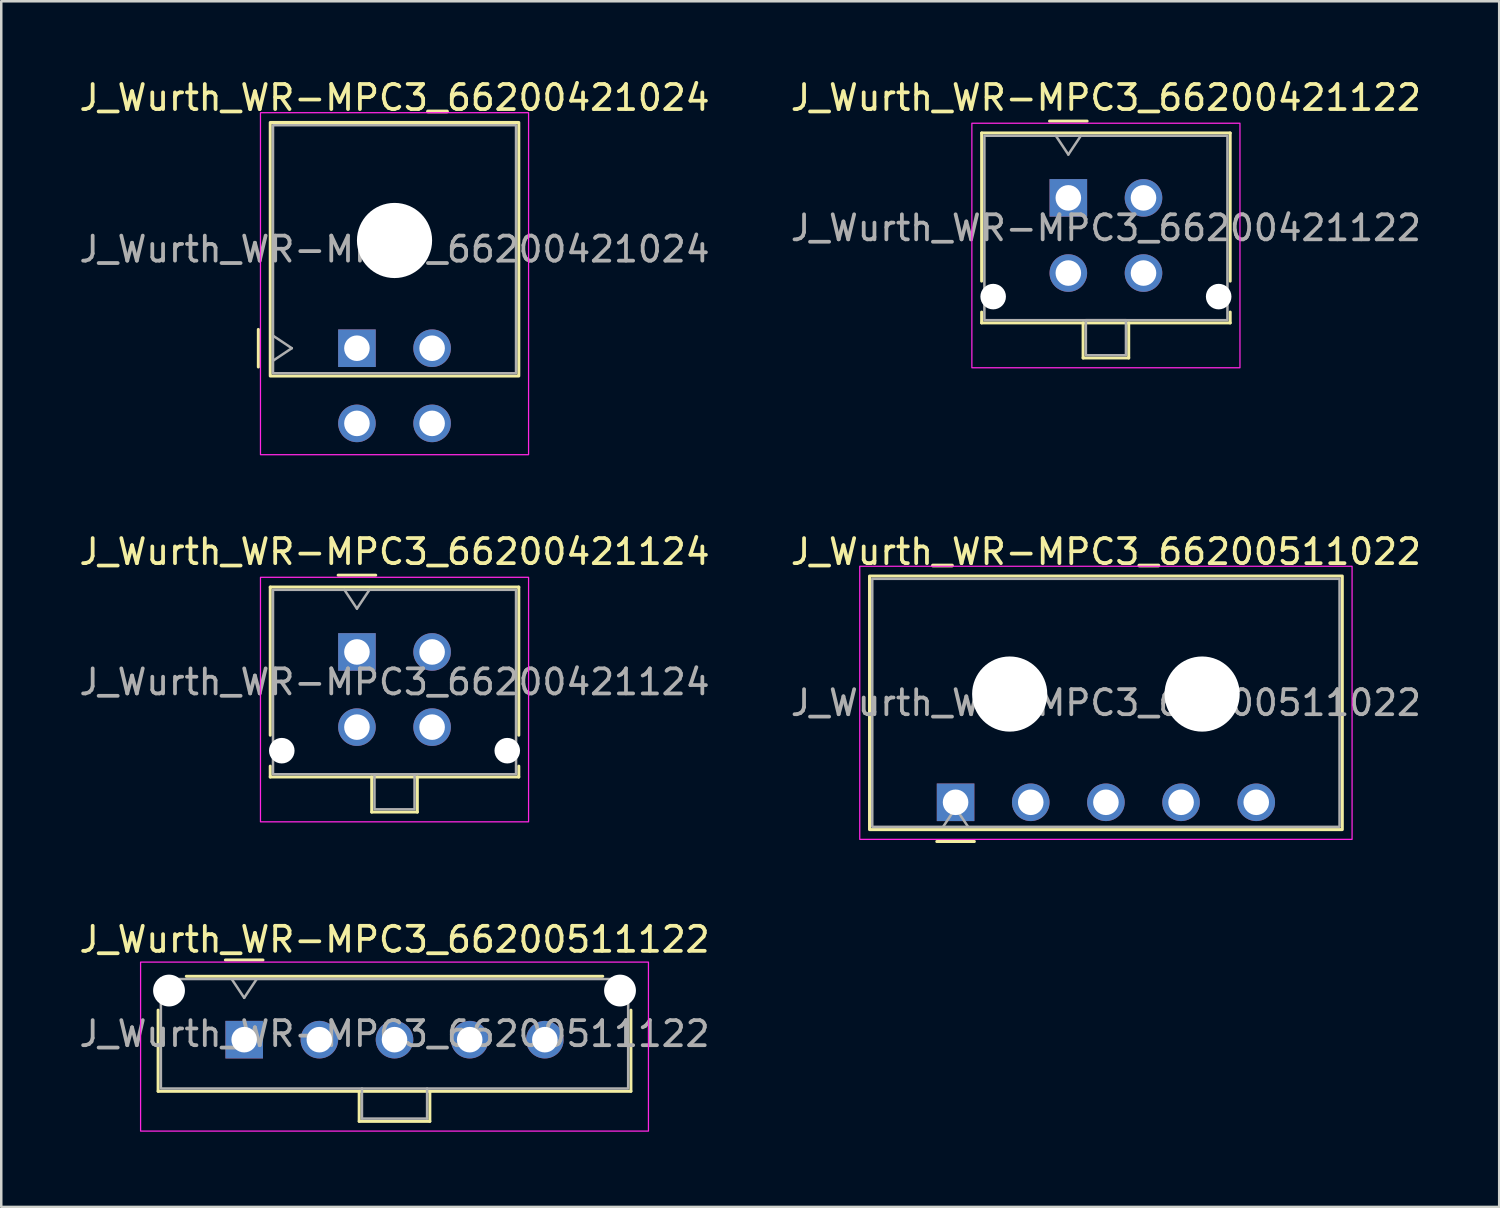
<source format=kicad_pcb>
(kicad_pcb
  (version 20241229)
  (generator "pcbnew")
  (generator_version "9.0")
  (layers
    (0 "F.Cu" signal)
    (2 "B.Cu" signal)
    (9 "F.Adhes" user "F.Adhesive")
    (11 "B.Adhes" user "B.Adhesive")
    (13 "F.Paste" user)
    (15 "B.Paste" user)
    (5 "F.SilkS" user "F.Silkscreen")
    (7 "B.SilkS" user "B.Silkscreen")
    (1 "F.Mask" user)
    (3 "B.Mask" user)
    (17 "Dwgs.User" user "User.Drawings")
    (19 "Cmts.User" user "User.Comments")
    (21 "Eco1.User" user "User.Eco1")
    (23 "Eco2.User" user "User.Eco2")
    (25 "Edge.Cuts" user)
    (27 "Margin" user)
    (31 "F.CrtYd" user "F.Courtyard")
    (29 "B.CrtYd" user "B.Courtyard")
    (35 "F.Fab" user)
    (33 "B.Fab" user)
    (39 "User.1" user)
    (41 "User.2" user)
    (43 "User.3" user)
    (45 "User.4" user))
  (footprint "J_Wurth_WR-MPC3_66200511022"
    (layer "F.Cu")
    (at 35.089 28.971)
    (property "Reference" "J_Wurth_WR-MPC3_66200511022" (at 6 -10 0) (unlocked yes) (layer "F.SilkS") (effects (font (size 1 1) (thickness 0.15))))
    (attr through_hole)
    (fp_line (start -0.75 1.565) (end 0.75 1.565) (stroke (width 0.12) (type solid)) (layer "F.SilkS"))
    (fp_rect (start -3.435 -9.03) (end 15.435 1.09) (stroke (width 0.12) (type solid)) (fill no) (layer "F.SilkS"))
    (fp_rect (start -3.825 -9.42) (end 15.825 1.48) (stroke (width 0.05) (type solid)) (fill no) (layer "F.CrtYd"))
    (fp_line (start 0 0.23) (end -0.5 0.98) (stroke (width 0.1) (type solid)) (layer "F.Fab"))
    (fp_line (start 0 0.23) (end 0.5 0.98) (stroke (width 0.1) (type solid)) (layer "F.Fab"))
    (fp_rect (start -3.325 -8.92) (end 15.325 0.98) (stroke (width 0.1) (type solid)) (fill no) (layer "F.Fab"))
    (fp_text user "${REFERENCE}" (at 6 -3.97 0) (unlocked yes) (layer "F.Fab") (effects (font (size 1 1) (thickness 0.15))))
    (pad "" np_thru_hole circle (at 2.16 -4.32 180) (size 3 3) (drill 3) (layers "*.Cu" "*.Mask"))
    (pad "" np_thru_hole circle (at 9.84 -4.32 180) (size 3 3) (drill 3) (layers "*.Cu" "*.Mask"))
    (pad "1" thru_hole rect (at 0 0 180) (size 1.5 1.5) (drill 1.02) (layers "*.Cu" "*.Mask"))
    (pad "2" thru_hole circle (at 3 0 180) (size 1.5 1.5) (drill 1.02) (layers "*.Cu" "*.Mask"))
    (pad "3" thru_hole circle (at 6 0 180) (size 1.5 1.5) (drill 1.02) (layers "*.Cu" "*.Mask"))
    (pad "4" thru_hole circle (at 9 0 180) (size 1.5 1.5) (drill 1.02) (layers "*.Cu" "*.Mask"))
    (pad "5" thru_hole circle (at 12 0 180) (size 1.5 1.5) (drill 1.02) (layers "*.Cu" "*.Mask")))
  (footprint "J_Wurth_WR-MPC3_66200421124"
    (layer "F.Cu")
    (at 11.196 22.971)
    (property "Reference" "J_Wurth_WR-MPC3_66200421124" (at 1.5 -4 0) (unlocked yes) (layer "F.SilkS") (effects (font (size 1 1) (thickness 0.15))))
    (attr through_hole)
    (fp_line (start -3.46 -2.59) (end -3.46 3.323) (stroke (width 0.12) (type default)) (layer "F.SilkS"))
    (fp_line (start -3.46 -2.59) (end 6.46 -2.59) (stroke (width 0.12) (type default)) (layer "F.SilkS"))
    (fp_line (start -3.46 4.99) (end -3.46 4.557) (stroke (width 0.12) (type default)) (layer "F.SilkS"))
    (fp_line (start -0.75 -3.065) (end 0.75 -3.065) (stroke (width 0.12) (type solid)) (layer "F.SilkS"))
    (fp_line (start 0.59 6.39) (end 0.59 4.99) (stroke (width 0.12) (type default)) (layer "F.SilkS"))
    (fp_line (start 2.41 4.99) (end 2.41 6.39) (stroke (width 0.12) (type default)) (layer "F.SilkS"))
    (fp_line (start 2.41 6.39) (end 0.59 6.39) (stroke (width 0.12) (type default)) (layer "F.SilkS"))
    (fp_line (start 6.46 -2.59) (end 6.46 3.323) (stroke (width 0.12) (type default)) (layer "F.SilkS"))
    (fp_line (start 6.46 4.99) (end -3.46 4.99) (stroke (width 0.12) (type default)) (layer "F.SilkS"))
    (fp_line (start 6.46 4.99) (end 6.46 4.557) (stroke (width 0.12) (type default)) (layer "F.SilkS"))
    (fp_rect (start -3.85 -2.98) (end 6.85 6.78) (stroke (width 0.05) (type solid)) (fill no) (layer "F.CrtYd"))
    (fp_line (start 0 -1.73) (end -0.5 -2.48) (stroke (width 0.1) (type solid)) (layer "F.Fab"))
    (fp_line (start 0 -1.73) (end 0.5 -2.48) (stroke (width 0.1) (type solid)) (layer "F.Fab"))
    (fp_rect (start -3.35 -2.48) (end 6.35 4.88) (stroke (width 0.1) (type solid)) (fill no) (layer "F.Fab"))
    (fp_rect (start 0.7 4.88) (end 2.3 6.28) (stroke (width 0.1) (type solid)) (fill no) (layer "F.Fab"))
    (fp_text user "${REFERENCE}" (at 1.5 1.2 0) (unlocked yes) (layer "F.Fab") (effects (font (size 1 1) (thickness 0.15))))
    (pad "" np_thru_hole circle (at -3 3.94 180) (size 1.02 1.02) (drill 1.02) (layers "*.Cu" "*.Mask"))
    (pad "" np_thru_hole circle (at 6 3.94 180) (size 1.02 1.02) (drill 1.02) (layers "*.Cu" "*.Mask"))
    (pad "1" thru_hole rect (at 0 0 180) (size 1.5 1.5) (drill 1.02) (layers "*.Cu" "*.Mask"))
    (pad "2" thru_hole circle (at 3 0 180) (size 1.5 1.5) (drill 1.02) (layers "*.Cu" "*.Mask"))
    (pad "3" thru_hole circle (at 0 3 180) (size 1.5 1.5) (drill 1.02) (layers "*.Cu" "*.Mask"))
    (pad "4" thru_hole circle (at 3 3 180) (size 1.5 1.5) (drill 1.02) (layers "*.Cu" "*.Mask")))
  (footprint "J_Wurth_WR-MPC3_66200511122"
    (layer "F.Cu")
    (at 6.696 38.445)
    (property "Reference" "J_Wurth_WR-MPC3_66200511122" (at 6 -4 0) (unlocked yes) (layer "F.SilkS") (effects (font (size 1 1) (thickness 0.15))))
    (attr through_hole)
    (fp_line (start -3.435 2.06) (end -3.435 -1.178) (stroke (width 0.12) (type default)) (layer "F.SilkS"))
    (fp_line (start -2.31 -2.53) (end 14.31 -2.53) (stroke (width 0.12) (type solid)) (layer "F.SilkS"))
    (fp_line (start -0.75 -3.18) (end 0.75 -3.18) (stroke (width 0.12) (type solid)) (layer "F.SilkS"))
    (fp_line (start 4.59 2.06) (end 4.59 3.26) (stroke (width 0.12) (type default)) (layer "F.SilkS"))
    (fp_line (start 4.59 3.26) (end 7.41 3.26) (stroke (width 0.12) (type default)) (layer "F.SilkS"))
    (fp_line (start 7.41 3.26) (end 7.41 2.06) (stroke (width 0.12) (type default)) (layer "F.SilkS"))
    (fp_line (start 15.435 -1.178) (end 15.435 2.06) (stroke (width 0.12) (type solid)) (layer "F.SilkS"))
    (fp_line (start 15.435 2.06) (end -3.435 2.06) (stroke (width 0.12) (type default)) (layer "F.SilkS"))
    (fp_rect (start -4.135 -3.095) (end 16.135 3.65) (stroke (width 0.05) (type solid)) (fill no) (layer "F.CrtYd"))
    (fp_line (start 0 -1.67) (end -0.5 -2.42) (stroke (width 0.1) (type solid)) (layer "F.Fab"))
    (fp_line (start 0 -1.67) (end 0.5 -2.42) (stroke (width 0.1) (type solid)) (layer "F.Fab"))
    (fp_line (start 4.7 1.95) (end 4.7 3.15) (stroke (width 0.1) (type solid)) (layer "F.Fab"))
    (fp_line (start 4.7 3.15) (end 7.3 3.15) (stroke (width 0.1) (type solid)) (layer "F.Fab"))
    (fp_line (start 7.3 1.95) (end 7.3 3.15) (stroke (width 0.1) (type solid)) (layer "F.Fab"))
    (fp_rect (start -3.325 -2.42) (end 15.325 1.95) (stroke (width 0.1) (type solid)) (fill no) (layer "F.Fab"))
    (fp_text user "${REFERENCE}" (at 6 -0.235 0) (unlocked yes) (layer "F.Fab") (effects (font (size 1 1) (thickness 0.15))))
    (pad "" np_thru_hole circle (at -3 -1.96 180) (size 1.27 1.27) (drill 1.27) (layers "*.Cu" "*.Mask"))
    (pad "" np_thru_hole circle (at 15 -1.96 180) (size 1.27 1.27) (drill 1.27) (layers "*.Cu" "*.Mask"))
    (pad "1" thru_hole rect (at 0 0 180) (size 1.5 1.5) (drill 1.02) (layers "*.Cu" "*.Mask"))
    (pad "2" thru_hole circle (at 3 0 180) (size 1.5 1.5) (drill 1.02) (layers "*.Cu" "*.Mask"))
    (pad "3" thru_hole circle (at 6 0 180) (size 1.5 1.5) (drill 1.02) (layers "*.Cu" "*.Mask"))
    (pad "4" thru_hole circle (at 9 0 180) (size 1.5 1.5) (drill 1.02) (layers "*.Cu" "*.Mask"))
    (pad "5" thru_hole circle (at 12 0 180) (size 1.5 1.5) (drill 1.02) (layers "*.Cu" "*.Mask")))
  (footprint "J_Wurth_WR-MPC3_66200421122"
    (layer "F.Cu")
    (at 39.589 4.848)
    (property "Reference" "J_Wurth_WR-MPC3_66200421122" (at 1.5 -4 0) (unlocked yes) (layer "F.SilkS") (effects (font (size 1 1) (thickness 0.15))))
    (attr through_hole)
    (fp_line (start -3.46 -2.59) (end -3.46 3.323) (stroke (width 0.12) (type default)) (layer "F.SilkS"))
    (fp_line (start -3.46 -2.59) (end 6.46 -2.59) (stroke (width 0.12) (type default)) (layer "F.SilkS"))
    (fp_line (start -3.46 4.99) (end -3.46 4.557) (stroke (width 0.12) (type default)) (layer "F.SilkS"))
    (fp_line (start -0.75 -3.065) (end 0.75 -3.065) (stroke (width 0.12) (type solid)) (layer "F.SilkS"))
    (fp_line (start 0.59 6.39) (end 0.59 4.99) (stroke (width 0.12) (type default)) (layer "F.SilkS"))
    (fp_line (start 2.41 4.99) (end 2.41 6.39) (stroke (width 0.12) (type default)) (layer "F.SilkS"))
    (fp_line (start 2.41 6.39) (end 0.59 6.39) (stroke (width 0.12) (type default)) (layer "F.SilkS"))
    (fp_line (start 6.46 -2.59) (end 6.46 3.323) (stroke (width 0.12) (type default)) (layer "F.SilkS"))
    (fp_line (start 6.46 4.99) (end -3.46 4.99) (stroke (width 0.12) (type default)) (layer "F.SilkS"))
    (fp_line (start 6.46 4.99) (end 6.46 4.557) (stroke (width 0.12) (type default)) (layer "F.SilkS"))
    (fp_rect (start -3.85 -2.98) (end 6.85 6.78) (stroke (width 0.05) (type solid)) (fill no) (layer "F.CrtYd"))
    (fp_line (start 0 -1.73) (end -0.5 -2.48) (stroke (width 0.1) (type solid)) (layer "F.Fab"))
    (fp_line (start 0 -1.73) (end 0.5 -2.48) (stroke (width 0.1) (type solid)) (layer "F.Fab"))
    (fp_rect (start -3.35 -2.48) (end 6.35 4.88) (stroke (width 0.1) (type solid)) (fill no) (layer "F.Fab"))
    (fp_rect (start 0.7 4.88) (end 2.3 6.28) (stroke (width 0.1) (type solid)) (fill no) (layer "F.Fab"))
    (fp_text user "${REFERENCE}" (at 1.5 1.2 0) (unlocked yes) (layer "F.Fab") (effects (font (size 1 1) (thickness 0.15))))
    (pad "" np_thru_hole circle (at -3 3.94 180) (size 1.02 1.02) (drill 1.02) (layers "*.Cu" "*.Mask"))
    (pad "" np_thru_hole circle (at 6 3.94 180) (size 1.02 1.02) (drill 1.02) (layers "*.Cu" "*.Mask"))
    (pad "1" thru_hole rect (at 0 0 180) (size 1.5 1.5) (drill 1.02) (layers "*.Cu" "*.Mask"))
    (pad "2" thru_hole circle (at 3 0 180) (size 1.5 1.5) (drill 1.02) (layers "*.Cu" "*.Mask"))
    (pad "3" thru_hole circle (at 0 3 180) (size 1.5 1.5) (drill 1.02) (layers "*.Cu" "*.Mask"))
    (pad "4" thru_hole circle (at 3 3 180) (size 1.5 1.5) (drill 1.02) (layers "*.Cu" "*.Mask")))
  (footprint "J_Wurth_WR-MPC3_66200421024"
    (layer "F.Cu")
    (at 11.196 10.848)
    (property "Reference" "J_Wurth_WR-MPC3_66200421024" (at 1.5 -10 0) (unlocked yes) (layer "F.SilkS") (effects (font (size 1 1) (thickness 0.15))))
    (attr through_hole)
    (fp_line (start -3.935 -0.75) (end -3.935 0.75) (stroke (width 0.12) (type solid)) (layer "F.SilkS"))
    (fp_rect (start -3.46 -9.01) (end 6.46 1.11) (stroke (width 0.12) (type solid)) (fill no) (layer "F.SilkS"))
    (fp_rect (start -3.85 -9.4) (end 6.85 4.25) (stroke (width 0.05) (type solid)) (fill no) (layer "F.CrtYd"))
    (fp_line (start -2.6 0) (end -3.35 -0.5) (stroke (width 0.1) (type solid)) (layer "F.Fab"))
    (fp_line (start -2.6 0) (end -3.35 0.5) (stroke (width 0.1) (type solid)) (layer "F.Fab"))
    (fp_rect (start -3.35 -8.9) (end 6.35 1) (stroke (width 0.1) (type solid)) (fill no) (layer "F.Fab"))
    (fp_text user "${REFERENCE}" (at 1.5 -3.95 0) (unlocked yes) (layer "F.Fab") (effects (font (size 1 1) (thickness 0.15))))
    (pad "" np_thru_hole circle (at 1.5 -4.3 180) (size 3 3) (drill 3) (layers "*.Cu" "*.Mask"))
    (pad "1" thru_hole rect (at 0 0 180) (size 1.5 1.5) (drill 1.02) (layers "*.Cu" "*.Mask"))
    (pad "2" thru_hole circle (at 3 0 180) (size 1.5 1.5) (drill 1.02) (layers "*.Cu" "*.Mask"))
    (pad "3" thru_hole circle (at 0 3 180) (size 1.5 1.5) (drill 1.02) (layers "*.Cu" "*.Mask"))
    (pad "4" thru_hole circle (at 3 3 180) (size 1.5 1.5) (drill 1.02) (layers "*.Cu" "*.Mask")))
  (gr_rect
    (start -3 -3)
    (end 56.786 45.12)
    (stroke (width 0.1) (type default))
    (fill no)
    (layer "Edge.Cuts")))
</source>
